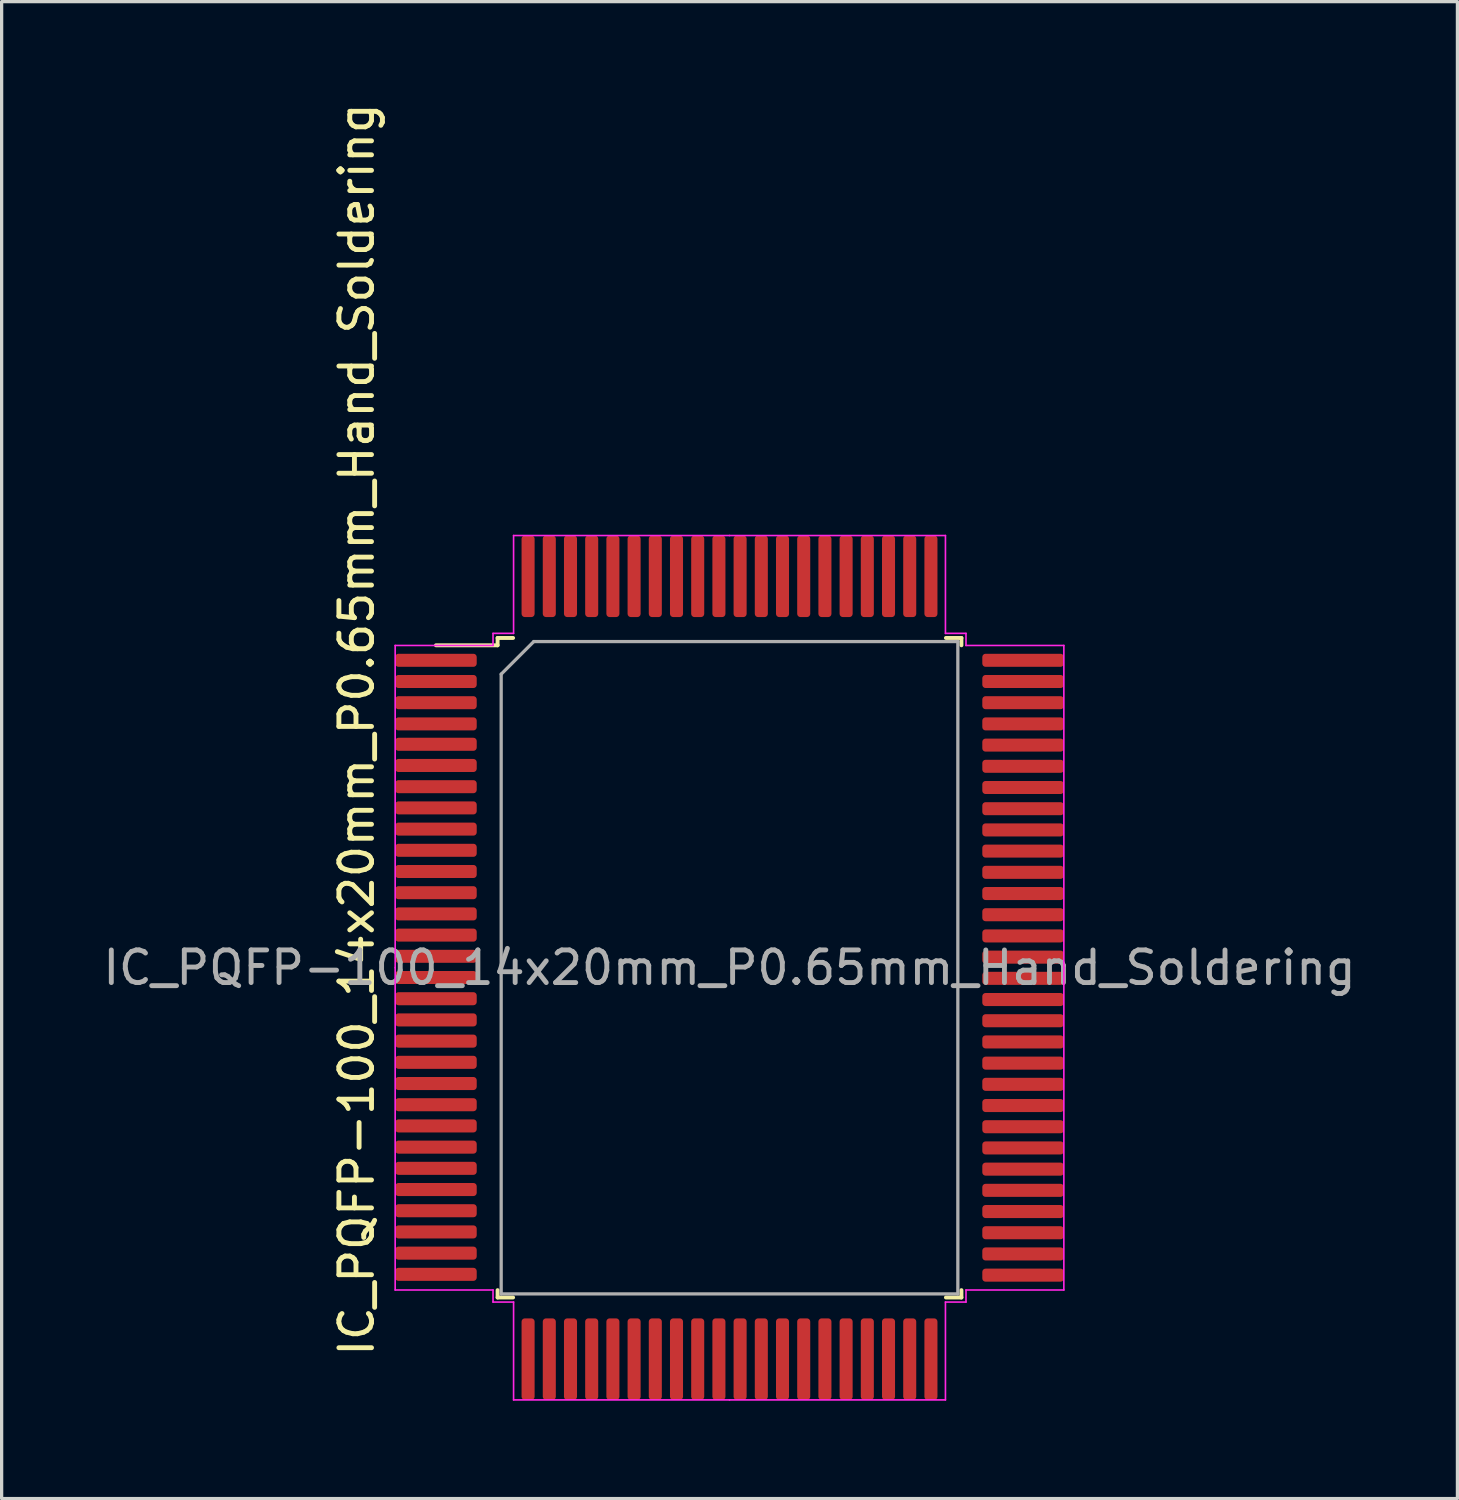
<source format=kicad_pcb>
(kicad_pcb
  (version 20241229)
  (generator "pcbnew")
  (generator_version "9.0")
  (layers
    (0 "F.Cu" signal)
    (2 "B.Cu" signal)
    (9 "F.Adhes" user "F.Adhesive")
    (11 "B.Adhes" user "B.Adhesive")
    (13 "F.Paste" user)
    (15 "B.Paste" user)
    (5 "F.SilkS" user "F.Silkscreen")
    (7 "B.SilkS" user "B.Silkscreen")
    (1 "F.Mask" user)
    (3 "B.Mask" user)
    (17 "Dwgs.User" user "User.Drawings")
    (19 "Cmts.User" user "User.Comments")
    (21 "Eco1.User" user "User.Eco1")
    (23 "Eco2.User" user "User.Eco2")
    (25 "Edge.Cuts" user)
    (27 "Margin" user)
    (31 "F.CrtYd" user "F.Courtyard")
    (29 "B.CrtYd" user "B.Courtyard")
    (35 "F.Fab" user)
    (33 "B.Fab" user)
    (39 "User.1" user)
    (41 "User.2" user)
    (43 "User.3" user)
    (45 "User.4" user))
  (footprint "IC_PQFP-100_14x20mm_P0.65mm_Hand_Soldering"
    (layer "F.Cu")
    (at 19.315 26.618)
    (property "Reference" "IC_PQFP-100_14x20mm_P0.65mm_Hand_Soldering" (at -11.43 -7.303 90) (layer "F.SilkS") (effects (font (size 1 1) (thickness 0.15))))
    (attr smd)
    (fp_line (start -7.11 -10.11) (end -7.11 -9.885) (stroke (width 0.12) (type solid)) (layer "F.SilkS"))
    (fp_line (start -7.11 -9.885) (end -9 -9.885) (stroke (width 0.12) (type solid)) (layer "F.SilkS"))
    (fp_line (start -7.11 10.11) (end -7.11 9.885) (stroke (width 0.12) (type solid)) (layer "F.SilkS"))
    (fp_line (start -6.635 -10.11) (end -7.11 -10.11) (stroke (width 0.12) (type solid)) (layer "F.SilkS"))
    (fp_line (start -6.635 10.11) (end -7.11 10.11) (stroke (width 0.12) (type solid)) (layer "F.SilkS"))
    (fp_line (start 6.635 -10.11) (end 7.11 -10.11) (stroke (width 0.12) (type solid)) (layer "F.SilkS"))
    (fp_line (start 6.635 10.11) (end 7.11 10.11) (stroke (width 0.12) (type solid)) (layer "F.SilkS"))
    (fp_line (start 7.11 -10.11) (end 7.11 -9.885) (stroke (width 0.12) (type solid)) (layer "F.SilkS"))
    (fp_line (start 7.11 10.11) (end 7.11 9.885) (stroke (width 0.12) (type solid)) (layer "F.SilkS"))
    (fp_line (start -10.25 -9.88) (end -10.25 0) (stroke (width 0.05) (type solid)) (layer "F.CrtYd"))
    (fp_line (start -10.25 9.88) (end -10.25 0) (stroke (width 0.05) (type solid)) (layer "F.CrtYd"))
    (fp_line (start -7.25 -10.25) (end -7.25 -9.88) (stroke (width 0.05) (type solid)) (layer "F.CrtYd"))
    (fp_line (start -7.25 -9.88) (end -10.25 -9.88) (stroke (width 0.05) (type solid)) (layer "F.CrtYd"))
    (fp_line (start -7.25 9.88) (end -10.25 9.88) (stroke (width 0.05) (type solid)) (layer "F.CrtYd"))
    (fp_line (start -7.25 10.25) (end -7.25 9.88) (stroke (width 0.05) (type solid)) (layer "F.CrtYd"))
    (fp_line (start -6.62 -13.25) (end -6.62 -10.25) (stroke (width 0.05) (type solid)) (layer "F.CrtYd"))
    (fp_line (start -6.62 -10.25) (end -7.25 -10.25) (stroke (width 0.05) (type solid)) (layer "F.CrtYd"))
    (fp_line (start -6.62 10.25) (end -7.25 10.25) (stroke (width 0.05) (type solid)) (layer "F.CrtYd"))
    (fp_line (start -6.62 13.25) (end -6.62 10.25) (stroke (width 0.05) (type solid)) (layer "F.CrtYd"))
    (fp_line (start 0 -13.25) (end -6.62 -13.25) (stroke (width 0.05) (type solid)) (layer "F.CrtYd"))
    (fp_line (start 0 -13.25) (end 6.62 -13.25) (stroke (width 0.05) (type solid)) (layer "F.CrtYd"))
    (fp_line (start 0 13.25) (end -6.62 13.25) (stroke (width 0.05) (type solid)) (layer "F.CrtYd"))
    (fp_line (start 0 13.25) (end 6.62 13.25) (stroke (width 0.05) (type solid)) (layer "F.CrtYd"))
    (fp_line (start 6.62 -13.25) (end 6.62 -10.25) (stroke (width 0.05) (type solid)) (layer "F.CrtYd"))
    (fp_line (start 6.62 -10.25) (end 7.25 -10.25) (stroke (width 0.05) (type solid)) (layer "F.CrtYd"))
    (fp_line (start 6.62 10.25) (end 7.25 10.25) (stroke (width 0.05) (type solid)) (layer "F.CrtYd"))
    (fp_line (start 6.62 13.25) (end 6.62 10.25) (stroke (width 0.05) (type solid)) (layer "F.CrtYd"))
    (fp_line (start 7.25 -10.25) (end 7.25 -9.88) (stroke (width 0.05) (type solid)) (layer "F.CrtYd"))
    (fp_line (start 7.25 -9.88) (end 10.25 -9.88) (stroke (width 0.05) (type solid)) (layer "F.CrtYd"))
    (fp_line (start 7.25 9.88) (end 10.25 9.88) (stroke (width 0.05) (type solid)) (layer "F.CrtYd"))
    (fp_line (start 7.25 10.25) (end 7.25 9.88) (stroke (width 0.05) (type solid)) (layer "F.CrtYd"))
    (fp_line (start 10.25 -9.88) (end 10.25 0) (stroke (width 0.05) (type solid)) (layer "F.CrtYd"))
    (fp_line (start 10.25 9.88) (end 10.25 0) (stroke (width 0.05) (type solid)) (layer "F.CrtYd"))
    (fp_line (start -7 -9) (end -6 -10) (stroke (width 0.1) (type solid)) (layer "F.Fab"))
    (fp_line (start -7 10) (end -7 -9) (stroke (width 0.1) (type solid)) (layer "F.Fab"))
    (fp_line (start -6 -10) (end 7 -10) (stroke (width 0.1) (type solid)) (layer "F.Fab"))
    (fp_line (start 7 -10) (end 7 10) (stroke (width 0.1) (type solid)) (layer "F.Fab"))
    (fp_line (start 7 10) (end -7 10) (stroke (width 0.1) (type solid)) (layer "F.Fab"))
    (fp_text user "${REFERENCE}" (at 0 0 0) (layer "F.Fab") (effects (font (size 1 1) (thickness 0.15))))
    (pad "1" smd roundrect (at -9 -9.425) (size 2.5 0.4) (layers "F.Cu" "F.Mask" "F.Paste") (roundrect_rratio 0.25))
    (pad "2" smd roundrect (at -9 -8.775) (size 2.5 0.4) (layers "F.Cu" "F.Mask" "F.Paste") (roundrect_rratio 0.25))
    (pad "3" smd roundrect (at -9 -8.125) (size 2.5 0.4) (layers "F.Cu" "F.Mask" "F.Paste") (roundrect_rratio 0.25))
    (pad "4" smd roundrect (at -9 -7.475) (size 2.5 0.4) (layers "F.Cu" "F.Mask" "F.Paste") (roundrect_rratio 0.25))
    (pad "5" smd roundrect (at -9 -6.85) (size 2.5 0.4) (layers "F.Cu" "F.Mask" "F.Paste") (roundrect_rratio 0.25))
    (pad "6" smd roundrect (at -9 -6.2) (size 2.5 0.4) (layers "F.Cu" "F.Mask" "F.Paste") (roundrect_rratio 0.25))
    (pad "7" smd roundrect (at -9 -5.55) (size 2.5 0.4) (layers "F.Cu" "F.Mask" "F.Paste") (roundrect_rratio 0.25))
    (pad "8" smd roundrect (at -9 -4.9) (size 2.5 0.4) (layers "F.Cu" "F.Mask" "F.Paste") (roundrect_rratio 0.25))
    (pad "9" smd roundrect (at -9 -4.25) (size 2.5 0.4) (layers "F.Cu" "F.Mask" "F.Paste") (roundrect_rratio 0.25))
    (pad "10" smd roundrect (at -9 -3.6) (size 2.5 0.4) (layers "F.Cu" "F.Mask" "F.Paste") (roundrect_rratio 0.25))
    (pad "11" smd roundrect (at -9 -2.95) (size 2.5 0.4) (layers "F.Cu" "F.Mask" "F.Paste") (roundrect_rratio 0.25))
    (pad "12" smd roundrect (at -9 -2.3) (size 2.5 0.4) (layers "F.Cu" "F.Mask" "F.Paste") (roundrect_rratio 0.25))
    (pad "13" smd roundrect (at -9 -1.65) (size 2.5 0.4) (layers "F.Cu" "F.Mask" "F.Paste") (roundrect_rratio 0.25))
    (pad "14" smd roundrect (at -9 -1) (size 2.5 0.4) (layers "F.Cu" "F.Mask" "F.Paste") (roundrect_rratio 0.25))
    (pad "15" smd roundrect (at -9 -0.35) (size 2.5 0.4) (layers "F.Cu" "F.Mask" "F.Paste") (roundrect_rratio 0.25))
    (pad "16" smd roundrect (at -9 0.3) (size 2.5 0.4) (layers "F.Cu" "F.Mask" "F.Paste") (roundrect_rratio 0.25))
    (pad "17" smd roundrect (at -9 0.95) (size 2.5 0.4) (layers "F.Cu" "F.Mask" "F.Paste") (roundrect_rratio 0.25))
    (pad "18" smd roundrect (at -9 1.6) (size 2.5 0.4) (layers "F.Cu" "F.Mask" "F.Paste") (roundrect_rratio 0.25))
    (pad "19" smd roundrect (at -9 2.25) (size 2.5 0.4) (layers "F.Cu" "F.Mask" "F.Paste") (roundrect_rratio 0.25))
    (pad "20" smd roundrect (at -9 2.9) (size 2.5 0.4) (layers "F.Cu" "F.Mask" "F.Paste") (roundrect_rratio 0.25))
    (pad "21" smd roundrect (at -9 3.55) (size 2.5 0.4) (layers "F.Cu" "F.Mask" "F.Paste") (roundrect_rratio 0.25))
    (pad "22" smd roundrect (at -9 4.2) (size 2.5 0.4) (layers "F.Cu" "F.Mask" "F.Paste") (roundrect_rratio 0.25))
    (pad "23" smd roundrect (at -9 4.85) (size 2.5 0.4) (layers "F.Cu" "F.Mask" "F.Paste") (roundrect_rratio 0.25))
    (pad "24" smd roundrect (at -9 5.5) (size 2.5 0.4) (layers "F.Cu" "F.Mask" "F.Paste") (roundrect_rratio 0.25))
    (pad "25" smd roundrect (at -9 6.15) (size 2.5 0.4) (layers "F.Cu" "F.Mask" "F.Paste") (roundrect_rratio 0.25))
    (pad "26" smd roundrect (at -9 6.8) (size 2.5 0.4) (layers "F.Cu" "F.Mask" "F.Paste") (roundrect_rratio 0.25))
    (pad "27" smd roundrect (at -9 7.45) (size 2.5 0.4) (layers "F.Cu" "F.Mask" "F.Paste") (roundrect_rratio 0.25))
    (pad "28" smd roundrect (at -9 8.1) (size 2.5 0.4) (layers "F.Cu" "F.Mask" "F.Paste") (roundrect_rratio 0.25))
    (pad "29" smd roundrect (at -9 8.75) (size 2.5 0.4) (layers "F.Cu" "F.Mask" "F.Paste") (roundrect_rratio 0.25))
    (pad "30" smd roundrect (at -9 9.4) (size 2.5 0.4) (layers "F.Cu" "F.Mask" "F.Paste") (roundrect_rratio 0.25))
    (pad "31" smd roundrect (at -6.175 12 90) (size 2.5 0.4) (layers "F.Cu" "F.Mask" "F.Paste") (roundrect_rratio 0.25))
    (pad "32" smd roundrect (at -5.525 12 90) (size 2.5 0.4) (layers "F.Cu" "F.Mask" "F.Paste") (roundrect_rratio 0.25))
    (pad "33" smd roundrect (at -4.875 12 90) (size 2.5 0.4) (layers "F.Cu" "F.Mask" "F.Paste") (roundrect_rratio 0.25))
    (pad "34" smd roundrect (at -4.225 12 90) (size 2.5 0.4) (layers "F.Cu" "F.Mask" "F.Paste") (roundrect_rratio 0.25))
    (pad "35" smd roundrect (at -3.575 12 90) (size 2.5 0.4) (layers "F.Cu" "F.Mask" "F.Paste") (roundrect_rratio 0.25))
    (pad "36" smd roundrect (at -2.925 12 90) (size 2.5 0.4) (layers "F.Cu" "F.Mask" "F.Paste") (roundrect_rratio 0.25))
    (pad "37" smd roundrect (at -2.275 12 90) (size 2.5 0.4) (layers "F.Cu" "F.Mask" "F.Paste") (roundrect_rratio 0.25))
    (pad "38" smd roundrect (at -1.625 12 90) (size 2.5 0.4) (layers "F.Cu" "F.Mask" "F.Paste") (roundrect_rratio 0.25))
    (pad "39" smd roundrect (at -0.975 12 90) (size 2.5 0.4) (layers "F.Cu" "F.Mask" "F.Paste") (roundrect_rratio 0.25))
    (pad "40" smd roundrect (at -0.325 12 90) (size 2.5 0.4) (layers "F.Cu" "F.Mask" "F.Paste") (roundrect_rratio 0.25))
    (pad "41" smd roundrect (at 0.325 12 90) (size 2.5 0.4) (layers "F.Cu" "F.Mask" "F.Paste") (roundrect_rratio 0.25))
    (pad "42" smd roundrect (at 0.975 12 90) (size 2.5 0.4) (layers "F.Cu" "F.Mask" "F.Paste") (roundrect_rratio 0.25))
    (pad "43" smd roundrect (at 1.625 12 90) (size 2.5 0.4) (layers "F.Cu" "F.Mask" "F.Paste") (roundrect_rratio 0.25))
    (pad "44" smd roundrect (at 2.275 12 90) (size 2.5 0.4) (layers "F.Cu" "F.Mask" "F.Paste") (roundrect_rratio 0.25))
    (pad "45" smd roundrect (at 2.925 12 90) (size 2.5 0.4) (layers "F.Cu" "F.Mask" "F.Paste") (roundrect_rratio 0.25))
    (pad "46" smd roundrect (at 3.575 12 90) (size 2.5 0.4) (layers "F.Cu" "F.Mask" "F.Paste") (roundrect_rratio 0.25))
    (pad "47" smd roundrect (at 4.225 12 90) (size 2.5 0.4) (layers "F.Cu" "F.Mask" "F.Paste") (roundrect_rratio 0.25))
    (pad "48" smd roundrect (at 4.875 12 90) (size 2.5 0.4) (layers "F.Cu" "F.Mask" "F.Paste") (roundrect_rratio 0.25))
    (pad "49" smd roundrect (at 5.525 12 90) (size 2.5 0.4) (layers "F.Cu" "F.Mask" "F.Paste") (roundrect_rratio 0.25))
    (pad "50" smd roundrect (at 6.175 12 90) (size 2.5 0.4) (layers "F.Cu" "F.Mask" "F.Paste") (roundrect_rratio 0.25))
    (pad "51" smd roundrect (at 9 9.425) (size 2.5 0.4) (layers "F.Cu" "F.Mask" "F.Paste") (roundrect_rratio 0.25))
    (pad "52" smd roundrect (at 9 8.775) (size 2.5 0.4) (layers "F.Cu" "F.Mask" "F.Paste") (roundrect_rratio 0.25))
    (pad "53" smd roundrect (at 9 8.125) (size 2.5 0.4) (layers "F.Cu" "F.Mask" "F.Paste") (roundrect_rratio 0.25))
    (pad "54" smd roundrect (at 9 7.475) (size 2.5 0.4) (layers "F.Cu" "F.Mask" "F.Paste") (roundrect_rratio 0.25))
    (pad "55" smd roundrect (at 9 6.825) (size 2.5 0.4) (layers "F.Cu" "F.Mask" "F.Paste") (roundrect_rratio 0.25))
    (pad "56" smd roundrect (at 9 6.175) (size 2.5 0.4) (layers "F.Cu" "F.Mask" "F.Paste") (roundrect_rratio 0.25))
    (pad "57" smd roundrect (at 9 5.525) (size 2.5 0.4) (layers "F.Cu" "F.Mask" "F.Paste") (roundrect_rratio 0.25))
    (pad "58" smd roundrect (at 9 4.875) (size 2.5 0.4) (layers "F.Cu" "F.Mask" "F.Paste") (roundrect_rratio 0.25))
    (pad "59" smd roundrect (at 9 4.225) (size 2.5 0.4) (layers "F.Cu" "F.Mask" "F.Paste") (roundrect_rratio 0.25))
    (pad "60" smd roundrect (at 9 3.575) (size 2.5 0.4) (layers "F.Cu" "F.Mask" "F.Paste") (roundrect_rratio 0.25))
    (pad "61" smd roundrect (at 9 2.925) (size 2.5 0.4) (layers "F.Cu" "F.Mask" "F.Paste") (roundrect_rratio 0.25))
    (pad "62" smd roundrect (at 9 2.275) (size 2.5 0.4) (layers "F.Cu" "F.Mask" "F.Paste") (roundrect_rratio 0.25))
    (pad "63" smd roundrect (at 9 1.625) (size 2.5 0.4) (layers "F.Cu" "F.Mask" "F.Paste") (roundrect_rratio 0.25))
    (pad "64" smd roundrect (at 9 0.975) (size 2.5 0.4) (layers "F.Cu" "F.Mask" "F.Paste") (roundrect_rratio 0.25))
    (pad "65" smd roundrect (at 9 0.325) (size 2.5 0.4) (layers "F.Cu" "F.Mask" "F.Paste") (roundrect_rratio 0.25))
    (pad "66" smd roundrect (at 9 -0.325) (size 2.5 0.4) (layers "F.Cu" "F.Mask" "F.Paste") (roundrect_rratio 0.25))
    (pad "67" smd roundrect (at 9 -0.975) (size 2.5 0.4) (layers "F.Cu" "F.Mask" "F.Paste") (roundrect_rratio 0.25))
    (pad "68" smd roundrect (at 9 -1.625) (size 2.5 0.4) (layers "F.Cu" "F.Mask" "F.Paste") (roundrect_rratio 0.25))
    (pad "69" smd roundrect (at 9 -2.275) (size 2.5 0.4) (layers "F.Cu" "F.Mask" "F.Paste") (roundrect_rratio 0.25))
    (pad "70" smd roundrect (at 9 -2.925) (size 2.5 0.4) (layers "F.Cu" "F.Mask" "F.Paste") (roundrect_rratio 0.25))
    (pad "71" smd roundrect (at 9 -3.575) (size 2.5 0.4) (layers "F.Cu" "F.Mask" "F.Paste") (roundrect_rratio 0.25))
    (pad "72" smd roundrect (at 9 -4.225) (size 2.5 0.4) (layers "F.Cu" "F.Mask" "F.Paste") (roundrect_rratio 0.25))
    (pad "73" smd roundrect (at 9 -4.875) (size 2.5 0.4) (layers "F.Cu" "F.Mask" "F.Paste") (roundrect_rratio 0.25))
    (pad "74" smd roundrect (at 9 -5.525) (size 2.5 0.4) (layers "F.Cu" "F.Mask" "F.Paste") (roundrect_rratio 0.25))
    (pad "75" smd roundrect (at 9 -6.175) (size 2.5 0.4) (layers "F.Cu" "F.Mask" "F.Paste") (roundrect_rratio 0.25))
    (pad "76" smd roundrect (at 9 -6.825) (size 2.5 0.4) (layers "F.Cu" "F.Mask" "F.Paste") (roundrect_rratio 0.25))
    (pad "77" smd roundrect (at 9 -7.475) (size 2.5 0.4) (layers "F.Cu" "F.Mask" "F.Paste") (roundrect_rratio 0.25))
    (pad "78" smd roundrect (at 9 -8.125) (size 2.5 0.4) (layers "F.Cu" "F.Mask" "F.Paste") (roundrect_rratio 0.25))
    (pad "79" smd roundrect (at 9 -8.775) (size 2.5 0.4) (layers "F.Cu" "F.Mask" "F.Paste") (roundrect_rratio 0.25))
    (pad "80" smd roundrect (at 9 -9.425) (size 2.5 0.4) (layers "F.Cu" "F.Mask" "F.Paste") (roundrect_rratio 0.25))
    (pad "81" smd roundrect (at 6.175 -12 90) (size 2.5 0.4) (layers "F.Cu" "F.Mask" "F.Paste") (roundrect_rratio 0.25))
    (pad "82" smd roundrect (at 5.525 -12 90) (size 2.5 0.4) (layers "F.Cu" "F.Mask" "F.Paste") (roundrect_rratio 0.25))
    (pad "83" smd roundrect (at 4.875 -12 90) (size 2.5 0.4) (layers "F.Cu" "F.Mask" "F.Paste") (roundrect_rratio 0.25))
    (pad "84" smd roundrect (at 4.225 -12 90) (size 2.5 0.4) (layers "F.Cu" "F.Mask" "F.Paste") (roundrect_rratio 0.25))
    (pad "85" smd roundrect (at 3.575 -12 90) (size 2.5 0.4) (layers "F.Cu" "F.Mask" "F.Paste") (roundrect_rratio 0.25))
    (pad "86" smd roundrect (at 2.925 -12 90) (size 2.5 0.4) (layers "F.Cu" "F.Mask" "F.Paste") (roundrect_rratio 0.25))
    (pad "87" smd roundrect (at 2.275 -12 90) (size 2.5 0.4) (layers "F.Cu" "F.Mask" "F.Paste") (roundrect_rratio 0.25))
    (pad "88" smd roundrect (at 1.625 -12 90) (size 2.5 0.4) (layers "F.Cu" "F.Mask" "F.Paste") (roundrect_rratio 0.25))
    (pad "89" smd roundrect (at 0.975 -12 90) (size 2.5 0.4) (layers "F.Cu" "F.Mask" "F.Paste") (roundrect_rratio 0.25))
    (pad "90" smd roundrect (at 0.325 -12 90) (size 2.5 0.4) (layers "F.Cu" "F.Mask" "F.Paste") (roundrect_rratio 0.25))
    (pad "91" smd roundrect (at -0.325 -12 90) (size 2.5 0.4) (layers "F.Cu" "F.Mask" "F.Paste") (roundrect_rratio 0.25))
    (pad "92" smd roundrect (at -0.975 -12 90) (size 2.5 0.4) (layers "F.Cu" "F.Mask" "F.Paste") (roundrect_rratio 0.25))
    (pad "93" smd roundrect (at -1.625 -12 90) (size 2.5 0.4) (layers "F.Cu" "F.Mask" "F.Paste") (roundrect_rratio 0.25))
    (pad "94" smd roundrect (at -2.275 -12 90) (size 2.5 0.4) (layers "F.Cu" "F.Mask" "F.Paste") (roundrect_rratio 0.25))
    (pad "95" smd roundrect (at -2.925 -12 90) (size 2.5 0.4) (layers "F.Cu" "F.Mask" "F.Paste") (roundrect_rratio 0.25))
    (pad "96" smd roundrect (at -3.575 -12 90) (size 2.5 0.4) (layers "F.Cu" "F.Mask" "F.Paste") (roundrect_rratio 0.25))
    (pad "97" smd roundrect (at -4.225 -12 90) (size 2.5 0.4) (layers "F.Cu" "F.Mask" "F.Paste") (roundrect_rratio 0.25))
    (pad "98" smd roundrect (at -4.875 -12 90) (size 2.5 0.4) (layers "F.Cu" "F.Mask" "F.Paste") (roundrect_rratio 0.25))
    (pad "99" smd roundrect (at -5.525 -12 90) (size 2.5 0.4) (layers "F.Cu" "F.Mask" "F.Paste") (roundrect_rratio 0.25))
    (pad "100" smd roundrect (at -6.175 -12 90) (size 2.5 0.4) (layers "F.Cu" "F.Mask" "F.Paste") (roundrect_rratio 0.25)))
  (gr_rect
    (start -3 -3)
    (end 41.631 42.893)
    (stroke (width 0.1) (type default))
    (fill no)
    (layer "Edge.Cuts")))
</source>
